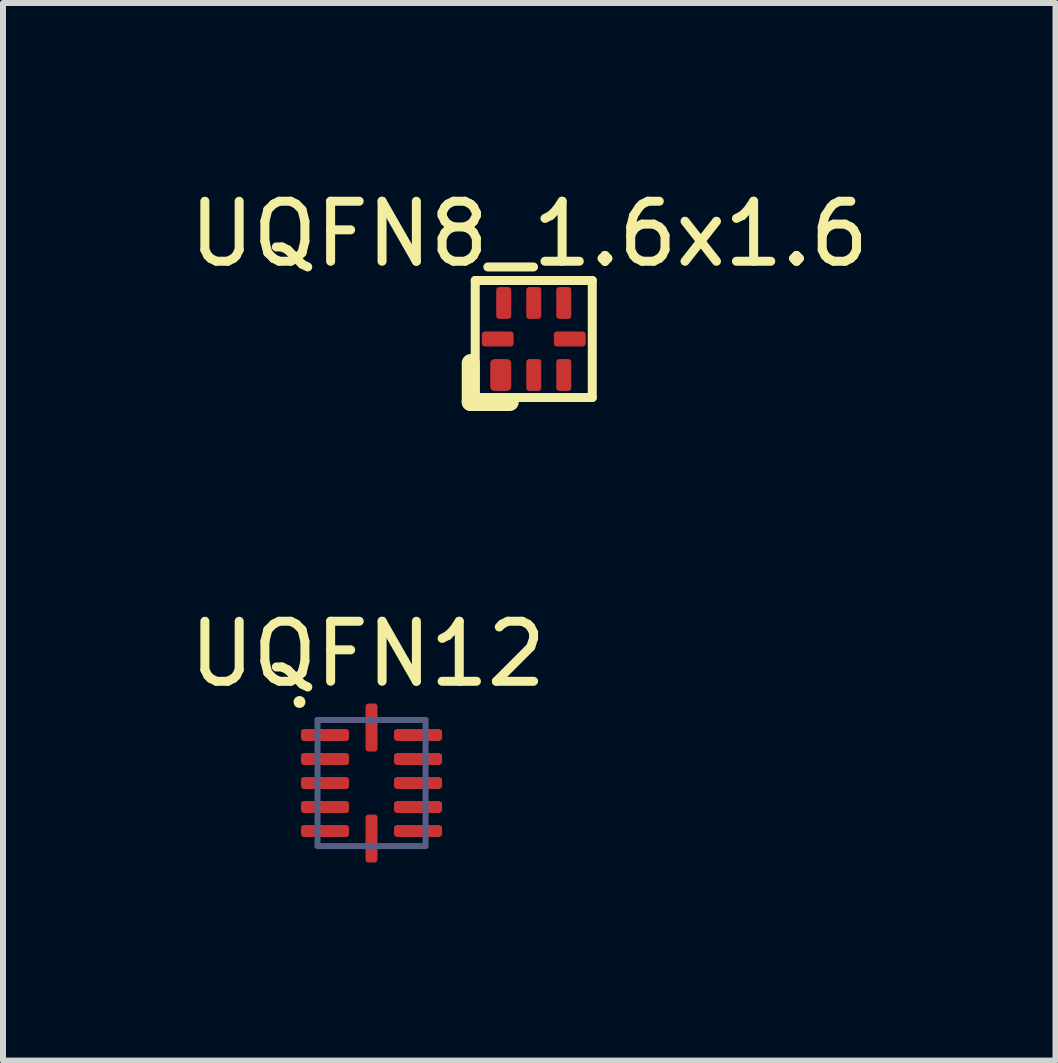
<source format=kicad_pcb>
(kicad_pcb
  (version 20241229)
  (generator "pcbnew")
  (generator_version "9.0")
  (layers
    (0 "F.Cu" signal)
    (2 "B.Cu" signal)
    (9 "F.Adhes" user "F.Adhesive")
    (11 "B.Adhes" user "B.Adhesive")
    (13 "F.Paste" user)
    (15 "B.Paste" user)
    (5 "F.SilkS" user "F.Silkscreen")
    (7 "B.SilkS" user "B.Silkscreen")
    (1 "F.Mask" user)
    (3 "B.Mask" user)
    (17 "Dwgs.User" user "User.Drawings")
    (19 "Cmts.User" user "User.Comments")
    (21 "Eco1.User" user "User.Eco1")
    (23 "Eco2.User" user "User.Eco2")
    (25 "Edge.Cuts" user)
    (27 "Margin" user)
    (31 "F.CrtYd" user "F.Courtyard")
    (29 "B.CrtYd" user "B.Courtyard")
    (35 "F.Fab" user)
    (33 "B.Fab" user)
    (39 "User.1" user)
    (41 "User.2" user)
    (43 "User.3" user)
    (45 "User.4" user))
  (footprint "UQFN12"
    (layer "F.Cu")
    (at 3.14 9.996)
    (property "Reference" "UQFN12" (at -0.062 -2.15 0) (layer "F.SilkS") (effects (font (size 1 1) (thickness 0.15))))
    (fp_circle (center -1.2 -1.35) (end -1.2 -1.4) (stroke (width 0.1) (type solid)) (fill no) (layer "F.SilkS"))
    (fp_line (start -1.45 -1.6) (end 1.45 -1.6) (stroke (width 0.05) (type solid)) (layer "Eco2.User"))
    (fp_line (start -1.45 1.6) (end -1.45 -1.6) (stroke (width 0.05) (type solid)) (layer "Eco2.User"))
    (fp_line (start -1.45 1.6) (end 1.45 1.6) (stroke (width 0.05) (type solid)) (layer "Eco2.User"))
    (fp_line (start -0.5 0) (end 0.5 0) (stroke (width 0.1) (type solid)) (layer "Eco2.User"))
    (fp_line (start 0 0.5) (end 0 -0.5) (stroke (width 0.1) (type solid)) (layer "Eco2.User"))
    (fp_line (start 1.45 1.6) (end 1.45 -1.6) (stroke (width 0.05) (type solid)) (layer "Eco2.User"))
    (fp_line (start -0.9 -1.05) (end 0.9 -1.05) (stroke (width 0.1) (type solid)) (layer "B.Fab"))
    (fp_line (start -0.9 1.05) (end -0.9 -1.05) (stroke (width 0.1) (type solid)) (layer "B.Fab"))
    (fp_line (start -0.9 1.05) (end 0.9 1.05) (stroke (width 0.1) (type solid)) (layer "B.Fab"))
    (fp_line (start 0.9 1.05) (end 0.9 -1.05) (stroke (width 0.1) (type solid)) (layer "B.Fab"))
    (pad "1" smd roundrect (at -0.775 -0.8 90) (size 0.2 0.8) (layers "F.Cu" "F.Mask" "F.Paste") (roundrect_rratio 0.25))
    (pad "2" smd roundrect (at -0.775 -0.4 90) (size 0.2 0.8) (layers "F.Cu" "F.Mask" "F.Paste") (roundrect_rratio 0.25))
    (pad "3" smd roundrect (at -0.775 0 90) (size 0.2 0.8) (layers "F.Cu" "F.Mask" "F.Paste") (roundrect_rratio 0.25))
    (pad "4" smd roundrect (at -0.775 0.4 90) (size 0.2 0.8) (layers "F.Cu" "F.Mask" "F.Paste") (roundrect_rratio 0.25))
    (pad "5" smd roundrect (at -0.775 0.8 90) (size 0.2 0.8) (layers "F.Cu" "F.Mask" "F.Paste") (roundrect_rratio 0.25))
    (pad "6" smd roundrect (at 0 0.925) (size 0.2 0.8) (layers "F.Cu" "F.Mask" "F.Paste") (roundrect_rratio 0.25))
    (pad "7" smd roundrect (at 0.775 0.8 90) (size 0.2 0.8) (layers "F.Cu" "F.Mask" "F.Paste") (roundrect_rratio 0.25))
    (pad "8" smd roundrect (at 0.775 0.4 90) (size 0.2 0.8) (layers "F.Cu" "F.Mask" "F.Paste") (roundrect_rratio 0.25))
    (pad "9" smd roundrect (at 0.775 0 90) (size 0.2 0.8) (layers "F.Cu" "F.Mask" "F.Paste") (roundrect_rratio 0.25))
    (pad "10" smd roundrect (at 0.775 -0.4 90) (size 0.2 0.8) (layers "F.Cu" "F.Mask" "F.Paste") (roundrect_rratio 0.25))
    (pad "11" smd roundrect (at 0.775 -0.8 90) (size 0.2 0.8) (layers "F.Cu" "F.Mask" "F.Paste") (roundrect_rratio 0.25))
    (pad "12" smd roundrect (at 0 -0.925) (size 0.2 0.8) (layers "F.Cu" "F.Mask" "F.Paste") (roundrect_rratio 0.25)))
  (footprint "UQFN8_1.6x1.6"
    (layer "F.Cu")
    (at 5.843 2.598)
    (property "Reference" "UQFN8_1.6x1.6" (at -0.075 -1.75 0) (layer "F.SilkS") (effects (font (size 1 1) (thickness 0.15))))
    (fp_line (start -1.05 1.05) (end -1.05 0.4) (stroke (width 0.3) (type solid)) (layer "F.SilkS"))
    (fp_line (start -1.05 1.05) (end -0.4 1.05) (stroke (width 0.3) (type solid)) (layer "F.SilkS"))
    (fp_line (start -0.975 -0.975) (end 0.975 -0.975) (stroke (width 0.15) (type solid)) (layer "F.SilkS"))
    (fp_line (start -0.975 0.975) (end -0.975 -0.975) (stroke (width 0.15) (type solid)) (layer "F.SilkS"))
    (fp_line (start -0.975 0.975) (end 0.975 0.975) (stroke (width 0.15) (type solid)) (layer "F.SilkS"))
    (fp_line (start 0.975 0.975) (end 0.975 -0.975) (stroke (width 0.15) (type solid)) (layer "F.SilkS"))
    (fp_line (start -1.3 -1.3) (end 1.3 -1.3) (stroke (width 0.2) (type solid)) (layer "Eco2.User"))
    (fp_line (start -1.3 1.2) (end -1.3 -1.3) (stroke (width 0.2) (type solid)) (layer "Eco2.User"))
    (fp_line (start -1.3 1.3) (end -1.3 1.2) (stroke (width 0.2) (type solid)) (layer "Eco2.User"))
    (fp_line (start -1.3 1.3) (end 1.3 1.3) (stroke (width 0.2) (type solid)) (layer "Eco2.User"))
    (fp_line (start 1.3 1.3) (end 1.3 -1.3) (stroke (width 0.2) (type solid)) (layer "Eco2.User"))
    (fp_circle (center 0 0) (end 0 -0.035) (stroke (width 0.254) (type solid)) (fill no) (layer "Eco2.User"))
    (pad "1" smd roundrect (at -0.55 0.6 90) (size 0.53 0.35) (layers "F.Cu" "F.Mask" "F.Paste") (roundrect_rratio 0.2))
    (pad "2" smd roundrect (at 0 0.6 90) (size 0.53 0.25) (layers "F.Cu" "F.Mask" "F.Paste") (roundrect_rratio 0.2))
    (pad "3" smd roundrect (at 0.5 0.6 90) (size 0.53 0.25) (layers "F.Cu" "F.Mask" "F.Paste") (roundrect_rratio 0.2))
    (pad "4" smd roundrect (at 0.6 0) (size 0.53 0.25) (layers "F.Cu" "F.Mask" "F.Paste") (roundrect_rratio 0.2))
    (pad "5" smd roundrect (at 0.5 -0.6 90) (size 0.53 0.25) (layers "F.Cu" "F.Mask" "F.Paste") (roundrect_rratio 0.2))
    (pad "6" smd roundrect (at 0 -0.6 90) (size 0.53 0.25) (layers "F.Cu" "F.Mask" "F.Paste") (roundrect_rratio 0.2))
    (pad "7" smd roundrect (at -0.5 -0.6 90) (size 0.53 0.25) (layers "F.Cu" "F.Mask" "F.Paste") (roundrect_rratio 0.2))
    (pad "8" smd roundrect (at -0.6 0 180) (size 0.53 0.25) (layers "F.Cu" "F.Mask" "F.Paste") (roundrect_rratio 0.2)))
  (gr_rect
    (start -3 -3)
    (end 14.536 14.621)
    (stroke (width 0.1) (type default))
    (fill no)
    (layer "Edge.Cuts")))
</source>
